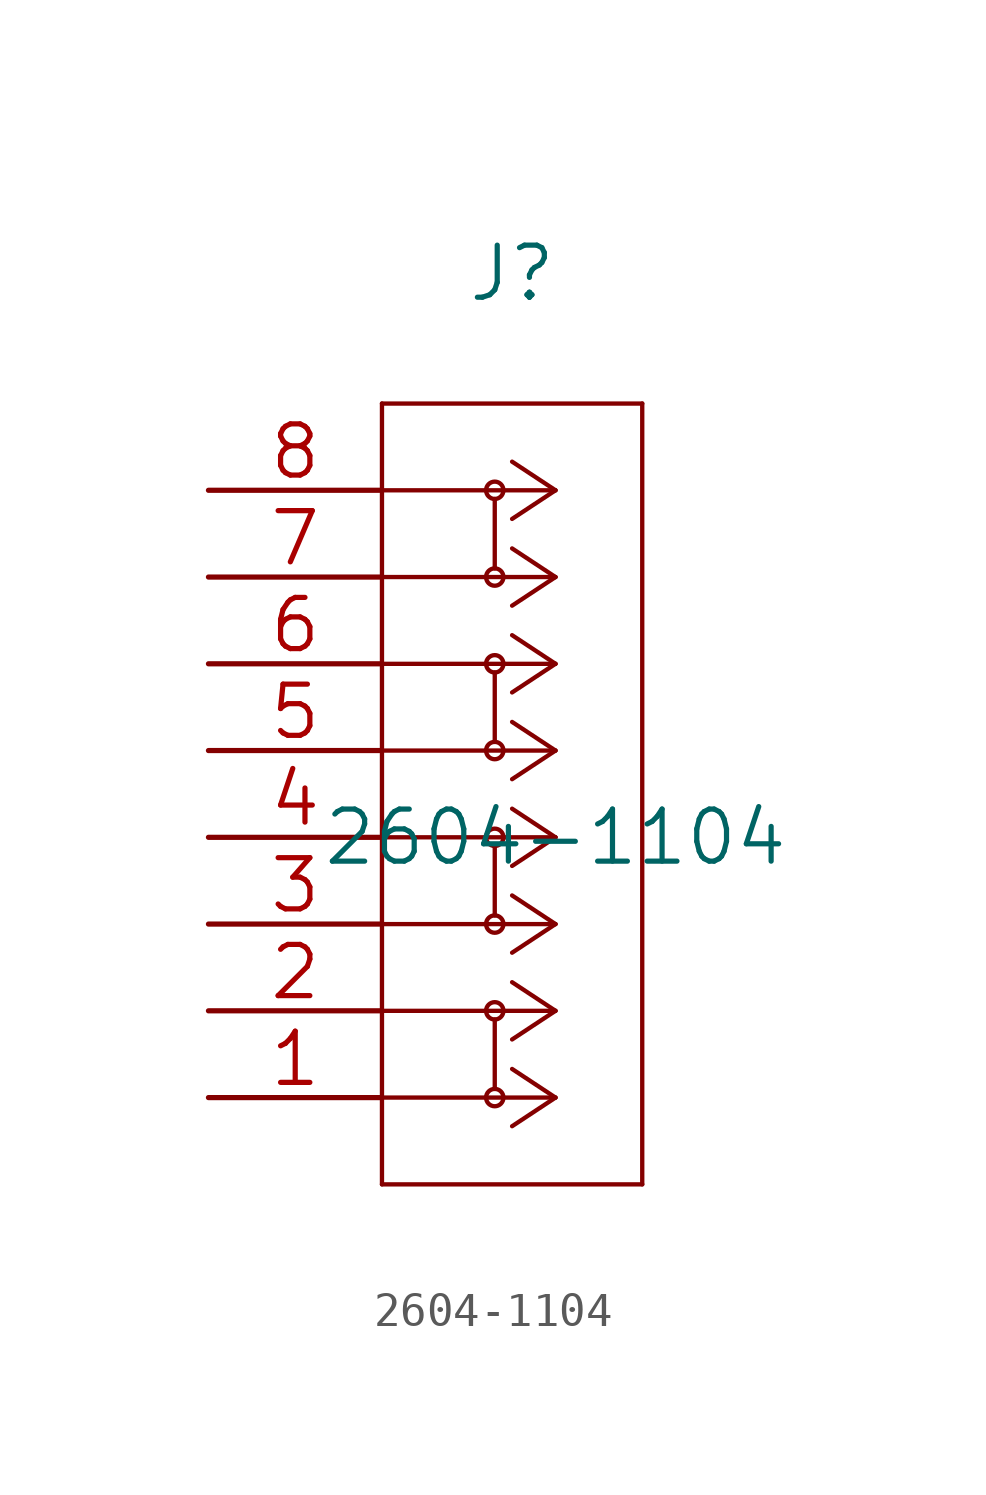
<source format=kicad_sym>
(kicad_symbol_lib
  (version 20241209)
  (generator "kicad_symbol_editor")
  (generator_version "9.0")
  (symbol "2604-1104"
    (pin_names
      (offset 0.254)
      (hide yes))
    (property "Reference" "J"
      (at -1.27 16.51 0)
      (effects (font (size 1.524 1.524))))
    (property "Value" "2604-1104"
      (at 0 0 0)
      (effects (font (size 1.524 1.524))))
    (property "Datasheet" ""
      (at 0 0 0)
      (effects (font (size 1.524 1.524))))
    (symbol "2604-1104_1_1"
      (polyline (pts (xy -5.08 12.7) (xy -5.08 -10.16)) (stroke (width 0.127) (type default)) (fill (type none)))
      (polyline (pts (xy -5.08 -10.16) (xy 2.54 -10.16)) (stroke (width 0.127) (type default)) (fill (type none)))
      (circle (center -1.778 10.16) (radius 0.254) (stroke (width 0.127) (type default)) (fill (type none)))
      (polyline (pts (xy -1.778 9.906) (xy -1.778 7.874)) (stroke (width 0.127) (type default)) (fill (type none)))
      (circle (center -1.778 7.62) (radius 0.254) (stroke (width 0.127) (type default)) (fill (type none)))
      (circle (center -1.778 5.08) (radius 0.254) (stroke (width 0.127) (type default)) (fill (type none)))
      (polyline (pts (xy -1.778 4.826) (xy -1.778 2.794)) (stroke (width 0.127) (type default)) (fill (type none)))
      (circle (center -1.778 2.54) (radius 0.254) (stroke (width 0.127) (type default)) (fill (type none)))
      (circle (center -1.778 0) (radius 0.254) (stroke (width 0.127) (type default)) (fill (type none)))
      (polyline (pts (xy -1.778 -0.254) (xy -1.778 -2.286)) (stroke (width 0.127) (type default)) (fill (type none)))
      (circle (center -1.778 -2.54) (radius 0.254) (stroke (width 0.127) (type default)) (fill (type none)))
      (circle (center -1.778 -5.08) (radius 0.254) (stroke (width 0.127) (type default)) (fill (type none)))
      (polyline (pts (xy -1.778 -5.334) (xy -1.778 -7.366)) (stroke (width 0.127) (type default)) (fill (type none)))
      (circle (center -1.778 -7.62) (radius 0.254) (stroke (width 0.127) (type default)) (fill (type none)))
      (arc (start -1.524 10.16) (mid -1.524 10.16) (end -1.524 10.16) (stroke (width 0.127) (type default)) (fill (type none)))
      (arc (start -1.524 7.62) (mid -1.524 7.62) (end -1.524 7.62) (stroke (width 0.127) (type default)) (fill (type none)))
      (arc (start -1.524 5.08) (mid -1.524 5.08) (end -1.524 5.08) (stroke (width 0.127) (type default)) (fill (type none)))
      (arc (start -1.524 2.54) (mid -1.524 2.54) (end -1.524 2.54) (stroke (width 0.127) (type default)) (fill (type none)))
      (arc (start -1.524 0) (mid -1.524 0) (end -1.524 0) (stroke (width 0.127) (type default)) (fill (type none)))
      (arc (start -1.524 -2.54) (mid -1.524 -2.54) (end -1.524 -2.54) (stroke (width 0.127) (type default)) (fill (type none)))
      (arc (start -1.524 -5.08) (mid -1.524 -5.08) (end -1.524 -5.08) (stroke (width 0.127) (type default)) (fill (type none)))
      (arc (start -1.524 -7.62) (mid -1.524 -7.62) (end -1.524 -7.62) (stroke (width 0.127) (type default)) (fill (type none)))
      (polyline (pts (xy 0 10.16) (xy -5.08 10.16)) (stroke (width 0.127) (type default)) (fill (type none)))
      (polyline (pts (xy 0 10.16) (xy -1.27 10.998)) (stroke (width 0.127) (type default)) (fill (type none)))
      (polyline (pts (xy 0 10.16) (xy -1.27 9.322)) (stroke (width 0.127) (type default)) (fill (type none)))
      (polyline (pts (xy 0 7.62) (xy -5.08 7.62)) (stroke (width 0.127) (type default)) (fill (type none)))
      (polyline (pts (xy 0 7.62) (xy -1.27 8.458)) (stroke (width 0.127) (type default)) (fill (type none)))
      (polyline (pts (xy 0 7.62) (xy -1.27 6.782)) (stroke (width 0.127) (type default)) (fill (type none)))
      (polyline (pts (xy 0 5.08) (xy -5.08 5.08)) (stroke (width 0.127) (type default)) (fill (type none)))
      (polyline (pts (xy 0 5.08) (xy -1.27 5.918)) (stroke (width 0.127) (type default)) (fill (type none)))
      (polyline (pts (xy 0 5.08) (xy -1.27 4.242)) (stroke (width 0.127) (type default)) (fill (type none)))
      (polyline (pts (xy 0 2.54) (xy -5.08 2.54)) (stroke (width 0.127) (type default)) (fill (type none)))
      (polyline (pts (xy 0 2.54) (xy -1.27 3.378)) (stroke (width 0.127) (type default)) (fill (type none)))
      (polyline (pts (xy 0 2.54) (xy -1.27 1.702)) (stroke (width 0.127) (type default)) (fill (type none)))
      (polyline (pts (xy 0 0) (xy -5.08 0)) (stroke (width 0.127) (type default)) (fill (type none)))
      (polyline (pts (xy 0 0) (xy -1.27 0.838)) (stroke (width 0.127) (type default)) (fill (type none)))
      (polyline (pts (xy 0 0) (xy -1.27 -0.838)) (stroke (width 0.127) (type default)) (fill (type none)))
      (polyline (pts (xy 0 -2.54) (xy -5.08 -2.54)) (stroke (width 0.127) (type default)) (fill (type none)))
      (polyline (pts (xy 0 -2.54) (xy -1.27 -1.702)) (stroke (width 0.127) (type default)) (fill (type none)))
      (polyline (pts (xy 0 -2.54) (xy -1.27 -3.378)) (stroke (width 0.127) (type default)) (fill (type none)))
      (polyline (pts (xy 0 -5.08) (xy -5.08 -5.08)) (stroke (width 0.127) (type default)) (fill (type none)))
      (polyline (pts (xy 0 -5.08) (xy -1.27 -4.242)) (stroke (width 0.127) (type default)) (fill (type none)))
      (polyline (pts (xy 0 -5.08) (xy -1.27 -5.918)) (stroke (width 0.127) (type default)) (fill (type none)))
      (polyline (pts (xy 0 -7.62) (xy -5.08 -7.62)) (stroke (width 0.127) (type default)) (fill (type none)))
      (polyline (pts (xy 0 -7.62) (xy -1.27 -6.782)) (stroke (width 0.127) (type default)) (fill (type none)))
      (polyline (pts (xy 0 -7.62) (xy -1.27 -8.458)) (stroke (width 0.127) (type default)) (fill (type none)))
      (polyline (pts (xy 2.54 12.7) (xy -5.08 12.7)) (stroke (width 0.127) (type default)) (fill (type none)))
      (polyline (pts (xy 2.54 -10.16) (xy 2.54 12.7)) (stroke (width 0.127) (type default)) (fill (type none)))
      (pin passive line (at -10.16 10.16 0) (length 5.08) (name "8" (effects (font (size 1.499 1.499)))) (number "8" (effects (font (size 1.499 1.499)))))
      (pin passive line (at -10.16 7.62 0) (length 5.08) (name "7" (effects (font (size 1.499 1.499)))) (number "7" (effects (font (size 1.499 1.499)))))
      (pin passive line (at -10.16 5.08 0) (length 5.08) (name "6" (effects (font (size 1.499 1.499)))) (number "6" (effects (font (size 1.499 1.499)))))
      (pin passive line (at -10.16 2.54 0) (length 5.08) (name "5" (effects (font (size 1.499 1.499)))) (number "5" (effects (font (size 1.499 1.499)))))
      (pin passive line (at -10.16 0 0) (length 5.08) (name "4" (effects (font (size 1.499 1.499)))) (number "4" (effects (font (size 1.499 1.499)))))
      (pin passive line (at -10.16 -2.54 0) (length 5.08) (name "3" (effects (font (size 1.499 1.499)))) (number "3" (effects (font (size 1.499 1.499)))))
      (pin passive line (at -10.16 -5.08 0) (length 5.08) (name "2" (effects (font (size 1.499 1.499)))) (number "2" (effects (font (size 1.499 1.499)))))
      (pin passive line (at -10.16 -7.62 0) (length 5.08) (name "1" (effects (font (size 1.499 1.499)))) (number "1" (effects (font (size 1.499 1.499))))))))
</source>
